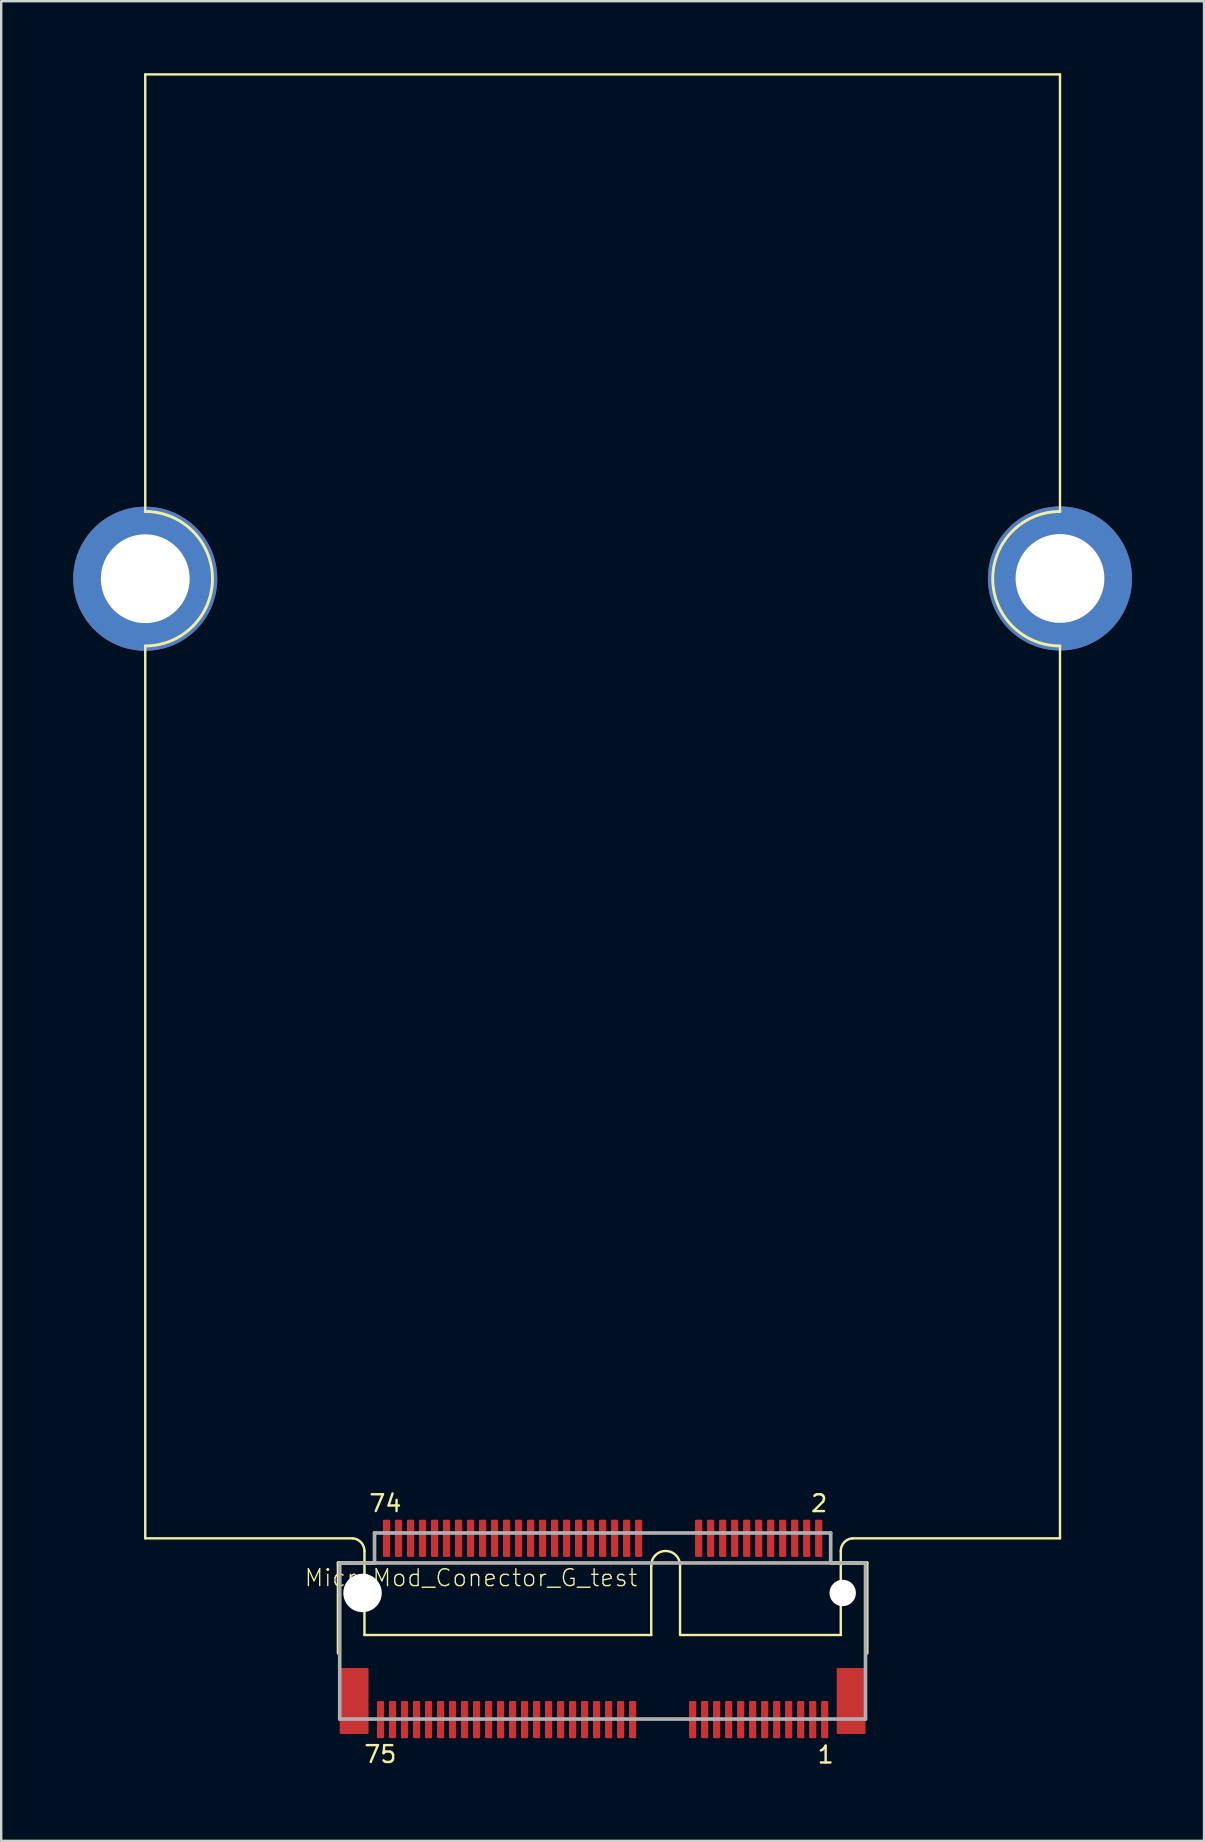
<source format=kicad_pcb>
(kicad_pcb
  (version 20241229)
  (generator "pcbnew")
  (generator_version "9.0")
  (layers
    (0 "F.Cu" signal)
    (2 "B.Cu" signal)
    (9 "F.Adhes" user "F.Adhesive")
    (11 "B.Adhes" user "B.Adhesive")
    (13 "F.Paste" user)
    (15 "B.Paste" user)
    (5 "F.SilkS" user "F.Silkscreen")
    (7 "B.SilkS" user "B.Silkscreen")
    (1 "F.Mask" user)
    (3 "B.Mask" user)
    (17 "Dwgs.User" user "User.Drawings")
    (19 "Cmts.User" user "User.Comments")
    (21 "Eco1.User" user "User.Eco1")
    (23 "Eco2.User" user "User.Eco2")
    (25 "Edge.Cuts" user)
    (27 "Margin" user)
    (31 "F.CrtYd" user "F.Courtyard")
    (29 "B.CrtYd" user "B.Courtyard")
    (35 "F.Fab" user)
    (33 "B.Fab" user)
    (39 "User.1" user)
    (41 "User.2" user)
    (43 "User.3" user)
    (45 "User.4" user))
  (footprint "MicroMod_Conector_G_test"
    (layer "F.Cu")
    (at 22.05 63.3)
    (property "Reference" "MicroMod_Conector_G_test" (at -12.46 -0.63 0) (layer "F.SilkS") (effects (font (size 0.706 0.706) (thickness 0.056)) (justify left)))
    (fp_line (start -19.05 -63.25) (end -19.05 -45.045) (stroke (width 0.1) (type solid)) (layer "F.SilkS"))
    (fp_line (start -19.05 -63.25) (end 19.05 -63.25) (stroke (width 0.1) (type solid)) (layer "F.SilkS"))
    (fp_line (start -19.05 -2.275) (end -19.05 -39.445) (stroke (width 0.1) (type solid)) (layer "F.SilkS"))
    (fp_line (start -11 2.5) (end -11 -1.25) (stroke (width 0.152) (type solid)) (layer "F.SilkS"))
    (fp_line (start -10.4 -2.275) (end -19.05 -2.275) (stroke (width 0.1) (type solid)) (layer "F.SilkS"))
    (fp_line (start -9.92 1.75) (end -9.92 -1.75) (stroke (width 0.1) (type solid)) (layer "F.SilkS"))
    (fp_line (start -9.5 -1.25) (end -11 -1.25) (stroke (width 0.152) (type solid)) (layer "F.SilkS"))
    (fp_line (start 2.025 -1.15) (end 2.025 1.75) (stroke (width 0.1) (type solid)) (layer "F.SilkS"))
    (fp_line (start 2.03 1.75) (end -9.92 1.75) (stroke (width 0.1) (type solid)) (layer "F.SilkS"))
    (fp_line (start 3.225 -1.15) (end 3.225 1.75) (stroke (width 0.1) (type solid)) (layer "F.SilkS"))
    (fp_line (start 9.92 -1.75) (end 9.92 1.75) (stroke (width 0.1) (type solid)) (layer "F.SilkS"))
    (fp_line (start 9.93 1.75) (end 3.23 1.75) (stroke (width 0.1) (type solid)) (layer "F.SilkS"))
    (fp_line (start 10.4 -2.275) (end 19.05 -2.275) (stroke (width 0.1) (type solid)) (layer "F.SilkS"))
    (fp_line (start 11 -1.25) (end 9.5 -1.25) (stroke (width 0.152) (type solid)) (layer "F.SilkS"))
    (fp_line (start 11 2.5) (end 11 -1.25) (stroke (width 0.152) (type solid)) (layer "F.SilkS"))
    (fp_line (start 19.05 -63.25) (end 19.05 -45.045) (stroke (width 0.1) (type solid)) (layer "F.SilkS"))
    (fp_line (start 19.05 -2.275) (end 19.05 -39.445) (stroke (width 0.1) (type solid)) (layer "F.SilkS"))
    (fp_arc (start -19.05 -45.045) (mid -16.25 -42.245) (end -19.05 -39.445) (stroke (width 0.12) (type solid)) (layer "F.SilkS"))
    (fp_arc (start -10.4 -2.275) (mid -10.059471 -2.104412) (end -9.919998 -1.75) (stroke (width 0.1) (type solid)) (layer "F.SilkS"))
    (fp_arc (start 2.025 -1.15) (mid 2.625 -1.75) (end 3.225 -1.15) (stroke (width 0.1) (type solid)) (layer "F.SilkS"))
    (fp_arc (start 9.919999 -1.750001) (mid 10.057986 -2.10577) (end 10.4 -2.275) (stroke (width 0.1) (type solid)) (layer "F.SilkS"))
    (fp_arc (start 19.05 -39.445) (mid 16.25 -42.245) (end 19.05 -45.045) (stroke (width 0.12) (type solid)) (layer "F.SilkS"))
    (fp_line (start -10.95 -1.25) (end -10.95 5.25) (stroke (width 0.152) (type solid)) (layer "F.Fab"))
    (fp_line (start -10.95 5.25) (end 10.95 5.25) (stroke (width 0.152) (type solid)) (layer "F.Fab"))
    (fp_line (start -9.5 -2.5) (end -9.5 -1.25) (stroke (width 0.152) (type solid)) (layer "F.Fab"))
    (fp_line (start -9.5 -1.25) (end -10.95 -1.25) (stroke (width 0.152) (type solid)) (layer "F.Fab"))
    (fp_line (start 9.5 -2.5) (end -9.5 -2.5) (stroke (width 0.152) (type solid)) (layer "F.Fab"))
    (fp_line (start 9.5 -2.5) (end 9.5 -1.25) (stroke (width 0.152) (type solid)) (layer "F.Fab"))
    (fp_line (start 9.5 -1.25) (end -9.5 -1.25) (stroke (width 0.152) (type solid)) (layer "F.Fab"))
    (fp_line (start 10.95 -1.25) (end 9.5 -1.25) (stroke (width 0.152) (type solid)) (layer "F.Fab"))
    (fp_line (start 10.95 5.25) (end 10.95 -1.25) (stroke (width 0.152) (type solid)) (layer "F.Fab"))
    (fp_text user "74" (at -9.05 -3.73 0) (unlocked yes) (layer "F.SilkS") (effects (font (size 0.7 0.7) (thickness 0.1))))
    (fp_text user "1" (at 9.29 6.74 0) (unlocked yes) (layer "F.SilkS") (effects (font (size 0.7 0.7) (thickness 0.1))))
    (fp_text user "75" (at -9.26 6.72 0) (unlocked yes) (layer "F.SilkS") (effects (font (size 0.7 0.7) (thickness 0.1))))
    (fp_text user "2" (at 9.02 -3.73 0) (unlocked yes) (layer "F.SilkS") (effects (font (size 0.7 0.7) (thickness 0.1))))
    (pad "" thru_hole circle (at -19.05 -42.245) (size 6 6) (drill 3.7) (layers "*.Cu" "*.Mask"))
    (pad "" np_thru_hole circle (at -10 0) (size 1.6 1.6) (drill 1.6) (layers "*.Cu" "*.Mask"))
    (pad "" np_thru_hole circle (at 10 0) (size 1.1 1.1) (drill 1.1) (layers "*.Cu" "*.Mask"))
    (pad "" thru_hole circle (at 19.05 -42.256) (size 6 6) (drill 3.7) (layers "*.Cu" "*.Mask"))
    (pad "1" smd roundrect (at 9.25 5.275 180) (size 0.3 1.55) (layers "F.Cu" "F.Mask" "F.Paste") (roundrect_rratio 0.169))
    (pad "2" smd roundrect (at 9 -2.275 180) (size 0.3 1.55) (layers "F.Cu" "F.Mask" "F.Paste") (roundrect_rratio 0.169))
    (pad "3" smd roundrect (at 8.75 5.275 180) (size 0.3 1.55) (layers "F.Cu" "F.Mask" "F.Paste") (roundrect_rratio 0.169))
    (pad "4" smd roundrect (at 8.5 -2.275 180) (size 0.3 1.55) (layers "F.Cu" "F.Mask" "F.Paste") (roundrect_rratio 0.169))
    (pad "5" smd roundrect (at 8.25 5.275 180) (size 0.3 1.55) (layers "F.Cu" "F.Mask" "F.Paste") (roundrect_rratio 0.169))
    (pad "6" smd roundrect (at 8 -2.275 180) (size 0.3 1.55) (layers "F.Cu" "F.Mask" "F.Paste") (roundrect_rratio 0.169))
    (pad "7" smd roundrect (at 7.75 5.275 180) (size 0.3 1.55) (layers "F.Cu" "F.Mask" "F.Paste") (roundrect_rratio 0.169))
    (pad "8" smd roundrect (at 7.5 -2.275 180) (size 0.3 1.55) (layers "F.Cu" "F.Mask" "F.Paste") (roundrect_rratio 0.169))
    (pad "9" smd roundrect (at 7.25 5.275 180) (size 0.3 1.55) (layers "F.Cu" "F.Mask" "F.Paste") (roundrect_rratio 0.169))
    (pad "10" smd roundrect (at 7 -2.275 180) (size 0.3 1.55) (layers "F.Cu" "F.Mask" "F.Paste") (roundrect_rratio 0.169))
    (pad "11" smd roundrect (at 6.75 5.275 180) (size 0.3 1.55) (layers "F.Cu" "F.Mask" "F.Paste") (roundrect_rratio 0.169))
    (pad "12" smd roundrect (at 6.5 -2.275 180) (size 0.3 1.55) (layers "F.Cu" "F.Mask" "F.Paste") (roundrect_rratio 0.169))
    (pad "13" smd roundrect (at 6.25 5.275 180) (size 0.3 1.55) (layers "F.Cu" "F.Mask" "F.Paste") (roundrect_rratio 0.169))
    (pad "14" smd roundrect (at 6 -2.275 180) (size 0.3 1.55) (layers "F.Cu" "F.Mask" "F.Paste") (roundrect_rratio 0.169))
    (pad "15" smd roundrect (at 5.75 5.275 180) (size 0.3 1.55) (layers "F.Cu" "F.Mask" "F.Paste") (roundrect_rratio 0.169))
    (pad "16" smd roundrect (at 5.5 -2.275 180) (size 0.3 1.55) (layers "F.Cu" "F.Mask" "F.Paste") (roundrect_rratio 0.169))
    (pad "17" smd roundrect (at 5.25 5.275 180) (size 0.3 1.55) (layers "F.Cu" "F.Mask" "F.Paste") (roundrect_rratio 0.169))
    (pad "18" smd roundrect (at 5 -2.275 180) (size 0.3 1.55) (layers "F.Cu" "F.Mask" "F.Paste") (roundrect_rratio 0.169))
    (pad "19" smd roundrect (at 4.75 5.275 180) (size 0.3 1.55) (layers "F.Cu" "F.Mask" "F.Paste") (roundrect_rratio 0.169))
    (pad "20" smd roundrect (at 4.5 -2.275 180) (size 0.3 1.55) (layers "F.Cu" "F.Mask" "F.Paste") (roundrect_rratio 0.169))
    (pad "21" smd roundrect (at 4.25 5.275 180) (size 0.3 1.55) (layers "F.Cu" "F.Mask" "F.Paste") (roundrect_rratio 0.169))
    (pad "22" smd roundrect (at 4 -2.275 180) (size 0.3 1.55) (layers "F.Cu" "F.Mask" "F.Paste") (roundrect_rratio 0.169))
    (pad "23" smd roundrect (at 3.75 5.275 180) (size 0.3 1.55) (layers "F.Cu" "F.Mask" "F.Paste") (roundrect_rratio 0.169))
    (pad "32" smd roundrect (at 1.5 -2.275 180) (size 0.3 1.55) (layers "F.Cu" "F.Mask" "F.Paste") (roundrect_rratio 0.169))
    (pad "33" smd roundrect (at 1.25 5.275 180) (size 0.3 1.55) (layers "F.Cu" "F.Mask" "F.Paste") (roundrect_rratio 0.169))
    (pad "34" smd roundrect (at 1 -2.275 180) (size 0.3 1.55) (layers "F.Cu" "F.Mask" "F.Paste") (roundrect_rratio 0.169))
    (pad "35" smd roundrect (at 0.75 5.275 180) (size 0.3 1.55) (layers "F.Cu" "F.Mask" "F.Paste") (roundrect_rratio 0.169))
    (pad "36" smd roundrect (at 0.5 -2.275 180) (size 0.3 1.55) (layers "F.Cu" "F.Mask" "F.Paste") (roundrect_rratio 0.169))
    (pad "37" smd roundrect (at 0.25 5.275 180) (size 0.3 1.55) (layers "F.Cu" "F.Mask" "F.Paste") (roundrect_rratio 0.169))
    (pad "38" smd roundrect (at 0 -2.275 180) (size 0.3 1.55) (layers "F.Cu" "F.Mask" "F.Paste") (roundrect_rratio 0.169))
    (pad "39" smd roundrect (at -0.25 5.275 180) (size 0.3 1.55) (layers "F.Cu" "F.Mask" "F.Paste") (roundrect_rratio 0.169))
    (pad "40" smd roundrect (at -0.5 -2.275 180) (size 0.3 1.55) (layers "F.Cu" "F.Mask" "F.Paste") (roundrect_rratio 0.169))
    (pad "41" smd roundrect (at -0.75 5.275 180) (size 0.3 1.55) (layers "F.Cu" "F.Mask" "F.Paste") (roundrect_rratio 0.169))
    (pad "42" smd roundrect (at -1 -2.275 180) (size 0.3 1.55) (layers "F.Cu" "F.Mask" "F.Paste") (roundrect_rratio 0.169))
    (pad "43" smd roundrect (at -1.25 5.275 180) (size 0.3 1.55) (layers "F.Cu" "F.Mask" "F.Paste") (roundrect_rratio 0.169))
    (pad "44" smd roundrect (at -1.5 -2.275 180) (size 0.3 1.55) (layers "F.Cu" "F.Mask" "F.Paste") (roundrect_rratio 0.169))
    (pad "45" smd roundrect (at -1.75 5.275 180) (size 0.3 1.55) (layers "F.Cu" "F.Mask" "F.Paste") (roundrect_rratio 0.169))
    (pad "46" smd roundrect (at -2 -2.275 180) (size 0.3 1.55) (layers "F.Cu" "F.Mask" "F.Paste") (roundrect_rratio 0.169))
    (pad "47" smd roundrect (at -2.25 5.275 180) (size 0.3 1.55) (layers "F.Cu" "F.Mask" "F.Paste") (roundrect_rratio 0.169))
    (pad "48" smd roundrect (at -2.5 -2.275 180) (size 0.3 1.55) (layers "F.Cu" "F.Mask" "F.Paste") (roundrect_rratio 0.169))
    (pad "49" smd roundrect (at -2.75 5.275 180) (size 0.3 1.55) (layers "F.Cu" "F.Mask" "F.Paste") (roundrect_rratio 0.169))
    (pad "50" smd roundrect (at -3 -2.275 180) (size 0.3 1.55) (layers "F.Cu" "F.Mask" "F.Paste") (roundrect_rratio 0.169))
    (pad "51" smd roundrect (at -3.25 5.275 180) (size 0.3 1.55) (layers "F.Cu" "F.Mask" "F.Paste") (roundrect_rratio 0.169))
    (pad "52" smd roundrect (at -3.5 -2.275 180) (size 0.3 1.55) (layers "F.Cu" "F.Mask" "F.Paste") (roundrect_rratio 0.169))
    (pad "53" smd roundrect (at -3.75 5.275 180) (size 0.3 1.55) (layers "F.Cu" "F.Mask" "F.Paste") (roundrect_rratio 0.169))
    (pad "54" smd roundrect (at -4 -2.275 180) (size 0.3 1.55) (layers "F.Cu" "F.Mask" "F.Paste") (roundrect_rratio 0.169))
    (pad "55" smd roundrect (at -4.25 5.275 180) (size 0.3 1.55) (layers "F.Cu" "F.Mask" "F.Paste") (roundrect_rratio 0.169))
    (pad "56" smd roundrect (at -4.5 -2.275 180) (size 0.3 1.55) (layers "F.Cu" "F.Mask" "F.Paste") (roundrect_rratio 0.169))
    (pad "57" smd roundrect (at -4.75 5.275 180) (size 0.3 1.55) (layers "F.Cu" "F.Mask" "F.Paste") (roundrect_rratio 0.169))
    (pad "58" smd roundrect (at -5 -2.275 180) (size 0.3 1.55) (layers "F.Cu" "F.Mask" "F.Paste") (roundrect_rratio 0.169))
    (pad "59" smd roundrect (at -5.25 5.275 180) (size 0.3 1.55) (layers "F.Cu" "F.Mask" "F.Paste") (roundrect_rratio 0.169))
    (pad "60" smd roundrect (at -5.5 -2.275 180) (size 0.3 1.55) (layers "F.Cu" "F.Mask" "F.Paste") (roundrect_rratio 0.169))
    (pad "61" smd roundrect (at -5.75 5.275 180) (size 0.3 1.55) (layers "F.Cu" "F.Mask" "F.Paste") (roundrect_rratio 0.169))
    (pad "62" smd roundrect (at -6 -2.275 180) (size 0.3 1.55) (layers "F.Cu" "F.Mask" "F.Paste") (roundrect_rratio 0.169))
    (pad "63" smd roundrect (at -6.25 5.275 180) (size 0.3 1.55) (layers "F.Cu" "F.Mask" "F.Paste") (roundrect_rratio 0.169))
    (pad "64" smd roundrect (at -6.5 -2.275 180) (size 0.3 1.55) (layers "F.Cu" "F.Mask" "F.Paste") (roundrect_rratio 0.169))
    (pad "65" smd roundrect (at -6.75 5.275 180) (size 0.3 1.55) (layers "F.Cu" "F.Mask" "F.Paste") (roundrect_rratio 0.169))
    (pad "66" smd roundrect (at -7 -2.275 180) (size 0.3 1.55) (layers "F.Cu" "F.Mask" "F.Paste") (roundrect_rratio 0.169))
    (pad "67" smd roundrect (at -7.25 5.275 180) (size 0.3 1.55) (layers "F.Cu" "F.Mask" "F.Paste") (roundrect_rratio 0.169))
    (pad "68" smd roundrect (at -7.5 -2.275 180) (size 0.3 1.55) (layers "F.Cu" "F.Mask" "F.Paste") (roundrect_rratio 0.169))
    (pad "69" smd roundrect (at -7.75 5.275 180) (size 0.3 1.55) (layers "F.Cu" "F.Mask" "F.Paste") (roundrect_rratio 0.169))
    (pad "70" smd roundrect (at -8 -2.275 180) (size 0.3 1.55) (layers "F.Cu" "F.Mask" "F.Paste") (roundrect_rratio 0.169))
    (pad "71" smd roundrect (at -8.25 5.275 180) (size 0.3 1.55) (layers "F.Cu" "F.Mask" "F.Paste") (roundrect_rratio 0.169))
    (pad "72" smd roundrect (at -8.5 -2.275 180) (size 0.3 1.55) (layers "F.Cu" "F.Mask" "F.Paste") (roundrect_rratio 0.169))
    (pad "73" smd roundrect (at -8.75 5.275 180) (size 0.3 1.55) (layers "F.Cu" "F.Mask" "F.Paste") (roundrect_rratio 0.169))
    (pad "74" smd roundrect (at -9 -2.275 180) (size 0.3 1.55) (layers "F.Cu" "F.Mask" "F.Paste") (roundrect_rratio 0.169))
    (pad "75" smd roundrect (at -9.25 5.275 180) (size 0.3 1.55) (layers "F.Cu" "F.Mask" "F.Paste") (roundrect_rratio 0.169))
    (pad "A1" smd roundrect (at 10.35 4.5 180) (size 1.2 2.75) (layers "F.Cu" "F.Mask" "F.Paste") (roundrect_rratio 0.042))
    (pad "A2" smd roundrect (at -10.35 4.5 180) (size 1.2 2.75) (layers "F.Cu" "F.Mask" "F.Paste") (roundrect_rratio 0.042)))
  (gr_rect
    (start -3 -3)
    (end 47.1 73.625)
    (stroke (width 0.1) (type default))
    (fill no)
    (layer "Edge.Cuts")))
</source>
